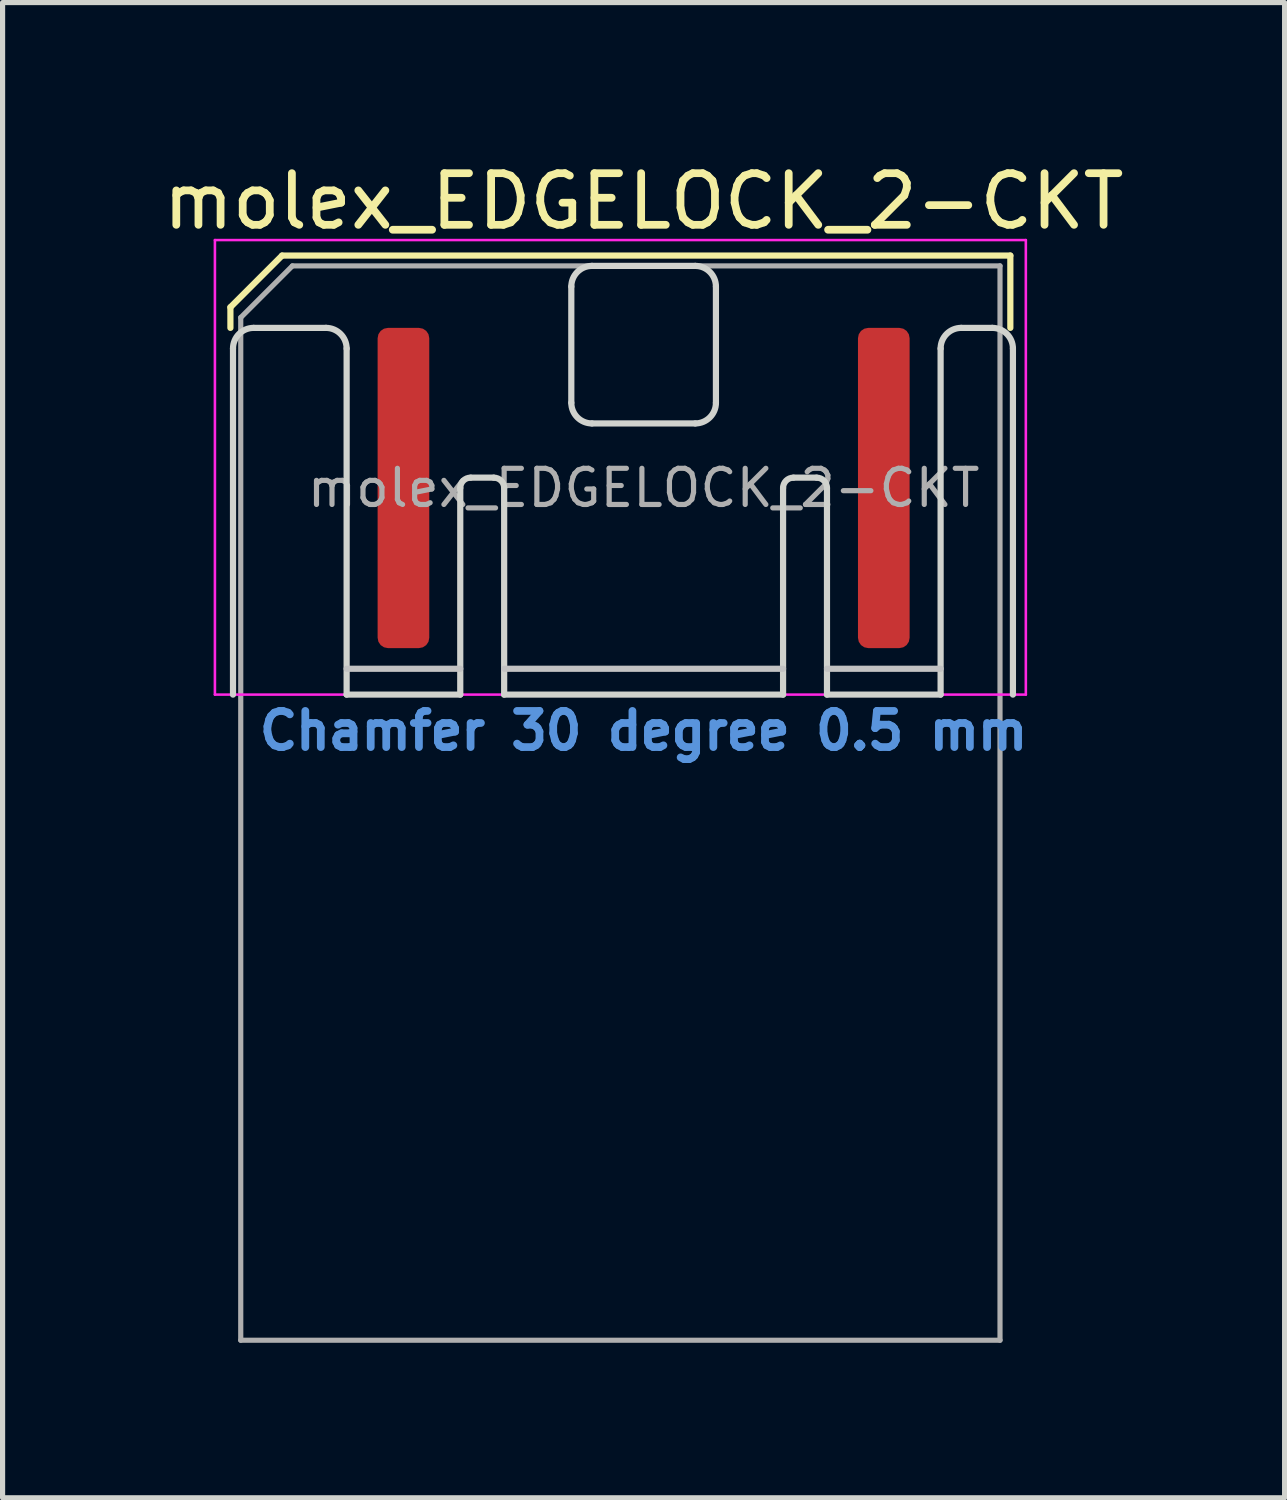
<source format=kicad_pcb>
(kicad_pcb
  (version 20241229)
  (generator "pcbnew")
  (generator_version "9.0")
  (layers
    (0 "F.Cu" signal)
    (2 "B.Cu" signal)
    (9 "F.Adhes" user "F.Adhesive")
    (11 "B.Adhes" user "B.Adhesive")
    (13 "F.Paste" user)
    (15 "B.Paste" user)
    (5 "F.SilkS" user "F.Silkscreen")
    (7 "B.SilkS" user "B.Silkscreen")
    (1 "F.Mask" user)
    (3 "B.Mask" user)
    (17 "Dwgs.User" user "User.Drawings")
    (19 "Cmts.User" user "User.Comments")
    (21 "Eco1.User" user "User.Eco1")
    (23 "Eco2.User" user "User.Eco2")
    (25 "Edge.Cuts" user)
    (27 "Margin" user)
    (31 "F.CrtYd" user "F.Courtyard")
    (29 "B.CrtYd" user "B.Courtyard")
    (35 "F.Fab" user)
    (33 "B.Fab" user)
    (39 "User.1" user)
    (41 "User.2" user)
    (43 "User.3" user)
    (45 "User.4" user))
  (footprint "molex_EDGELOCK_2-CKT"
    (layer "F.Cu")
    (at 9.411 6.398)
    (property "Reference" "molex_EDGELOCK_2-CKT" (at 0 -5.55 0) (layer "F.SilkS") (effects (font (size 1 1) (thickness 0.15))))
    (attr smd)
    (fp_line (start -8 -3.5) (end -7 -4.5) (stroke (width 0.12) (type solid)) (layer "F.SilkS"))
    (fp_line (start -8 -3.1) (end -8 -3.5) (stroke (width 0.12) (type solid)) (layer "F.SilkS"))
    (fp_line (start -7 -4.5) (end 7.1 -4.5) (stroke (width 0.12) (type solid)) (layer "F.SilkS"))
    (fp_line (start 7.1 -4.5) (end 7.1 -3.1) (stroke (width 0.12) (type solid)) (layer "F.SilkS"))
    (fp_line (start -5.75 3.5) (end -3.55 3.5) (stroke (width 0.12) (type solid)) (layer "Dwgs.User"))
    (fp_line (start -2.7 3.5) (end 2.7 3.5) (stroke (width 0.12) (type solid)) (layer "Dwgs.User"))
    (fp_line (start 3.55 3.5) (end 5.75 3.5) (stroke (width 0.12) (type solid)) (layer "Dwgs.User"))
    (fp_line (start -7.95 4) (end -7.95 -2.7) (stroke (width 0.12) (type solid)) (layer "Edge.Cuts"))
    (fp_line (start -7.55 -3.1) (end -6.15 -3.1) (stroke (width 0.12) (type solid)) (layer "Edge.Cuts"))
    (fp_line (start -5.75 -2.7) (end -5.75 4) (stroke (width 0.12) (type solid)) (layer "Edge.Cuts"))
    (fp_line (start -5.75 4) (end -3.55 4) (stroke (width 0.12) (type solid)) (layer "Edge.Cuts"))
    (fp_line (start -3.55 4) (end -3.55 0) (stroke (width 0.12) (type solid)) (layer "Edge.Cuts"))
    (fp_line (start -3.35 -0.2) (end -2.9 -0.2) (stroke (width 0.12) (type solid)) (layer "Edge.Cuts"))
    (fp_line (start -2.7 0) (end -2.7 4) (stroke (width 0.12) (type solid)) (layer "Edge.Cuts"))
    (fp_line (start -2.7 4) (end 2.7 4) (stroke (width 0.12) (type solid)) (layer "Edge.Cuts"))
    (fp_line (start -1.4 -3.9) (end -1.4 -1.65) (stroke (width 0.12) (type solid)) (layer "Edge.Cuts"))
    (fp_line (start -1 -1.25) (end 1 -1.25) (stroke (width 0.12) (type solid)) (layer "Edge.Cuts"))
    (fp_line (start 1 -4.3) (end -1 -4.3) (stroke (width 0.12) (type solid)) (layer "Edge.Cuts"))
    (fp_line (start 1.4 -1.65) (end 1.4 -3.9) (stroke (width 0.12) (type solid)) (layer "Edge.Cuts"))
    (fp_line (start 2.7 4) (end 2.7 0) (stroke (width 0.12) (type solid)) (layer "Edge.Cuts"))
    (fp_line (start 2.9 -0.2) (end 3.35 -0.2) (stroke (width 0.12) (type solid)) (layer "Edge.Cuts"))
    (fp_line (start 3.55 0) (end 3.55 4) (stroke (width 0.12) (type solid)) (layer "Edge.Cuts"))
    (fp_line (start 3.55 4) (end 5.75 4) (stroke (width 0.12) (type solid)) (layer "Edge.Cuts"))
    (fp_line (start 5.75 4) (end 5.75 -2.7) (stroke (width 0.12) (type solid)) (layer "Edge.Cuts"))
    (fp_line (start 6.15 -3.1) (end 6.75 -3.1) (stroke (width 0.12) (type solid)) (layer "Edge.Cuts"))
    (fp_line (start 7.15 -2.7) (end 7.15 4) (stroke (width 0.12) (type solid)) (layer "Edge.Cuts"))
    (fp_arc (start -7.95 -2.7) (mid -7.832843 -2.982843) (end -7.55 -3.1) (stroke (width 0.12) (type solid)) (layer "Edge.Cuts"))
    (fp_arc (start -6.15 -3.1) (mid -5.867157 -2.982843) (end -5.75 -2.7) (stroke (width 0.12) (type solid)) (layer "Edge.Cuts"))
    (fp_arc (start -3.55 0) (mid -3.491421 -0.141421) (end -3.35 -0.2) (stroke (width 0.12) (type solid)) (layer "Edge.Cuts"))
    (fp_arc (start -2.9 -0.2) (mid -2.758579 -0.141421) (end -2.7 0) (stroke (width 0.12) (type solid)) (layer "Edge.Cuts"))
    (fp_arc (start -1.4 -3.9) (mid -1.282843 -4.182843) (end -1 -4.3) (stroke (width 0.12) (type solid)) (layer "Edge.Cuts"))
    (fp_arc (start -1 -1.25) (mid -1.282843 -1.367157) (end -1.4 -1.65) (stroke (width 0.12) (type solid)) (layer "Edge.Cuts"))
    (fp_arc (start 1 -4.3) (mid 1.282843 -4.182843) (end 1.4 -3.9) (stroke (width 0.12) (type solid)) (layer "Edge.Cuts"))
    (fp_arc (start 1.4 -1.65) (mid 1.282843 -1.367157) (end 1 -1.25) (stroke (width 0.12) (type solid)) (layer "Edge.Cuts"))
    (fp_arc (start 2.7 0) (mid 2.758579 -0.141421) (end 2.9 -0.2) (stroke (width 0.12) (type solid)) (layer "Edge.Cuts"))
    (fp_arc (start 3.35 -0.2) (mid 3.491421 -0.141421) (end 3.55 0) (stroke (width 0.12) (type solid)) (layer "Edge.Cuts"))
    (fp_arc (start 5.75 -2.7) (mid 5.867157 -2.982843) (end 6.15 -3.1) (stroke (width 0.12) (type solid)) (layer "Edge.Cuts"))
    (fp_arc (start 6.75 -3.1) (mid 7.032843 -2.982843) (end 7.15 -2.7) (stroke (width 0.12) (type solid)) (layer "Edge.Cuts"))
    (fp_line (start -8.3 -4.8) (end -8.3 4) (stroke (width 0.05) (type solid)) (layer "F.CrtYd"))
    (fp_line (start -8.3 4) (end 7.4 4) (stroke (width 0.05) (type solid)) (layer "F.CrtYd"))
    (fp_line (start 7.4 -4.8) (end -8.3 -4.8) (stroke (width 0.05) (type solid)) (layer "F.CrtYd"))
    (fp_line (start 7.4 4) (end 7.4 -4.8) (stroke (width 0.05) (type solid)) (layer "F.CrtYd"))
    (fp_line (start -7.8 -3.3) (end -6.8 -4.3) (stroke (width 0.1) (type solid)) (layer "F.Fab"))
    (fp_line (start -7.8 16.5) (end -7.8 -3.3) (stroke (width 0.1) (type solid)) (layer "F.Fab"))
    (fp_line (start -6.8 -4.3) (end 6.9 -4.3) (stroke (width 0.1) (type solid)) (layer "F.Fab"))
    (fp_line (start 6.9 -4.3) (end 6.9 16.5) (stroke (width 0.1) (type solid)) (layer "F.Fab"))
    (fp_line (start 6.9 16.5) (end -7.8 16.5) (stroke (width 0.1) (type solid)) (layer "F.Fab"))
    (fp_text user "Chamfer 30 degree 0.5 mm" (at 0 4.7 0) (layer "Cmts.User") (effects (font (size 0.7 0.7) (thickness 0.15))))
    (fp_text user "${REFERENCE}" (at 0 0 0) (layer "F.Fab") (effects (font (size 0.7 0.7) (thickness 0.1))))
    (pad "1" smd roundrect (at -4.65 0) (size 1 6.2) (layers "F.Cu" "F.Mask") (roundrect_rratio 0.2))
    (pad "2" smd roundrect (at 4.65 0) (size 1 6.2) (layers "F.Cu" "F.Mask") (roundrect_rratio 0.2)))
  (gr_rect
    (start -3 -3)
    (end 21.821 25.948)
    (stroke (width 0.1) (type default))
    (fill no)
    (layer "Edge.Cuts")))
</source>
